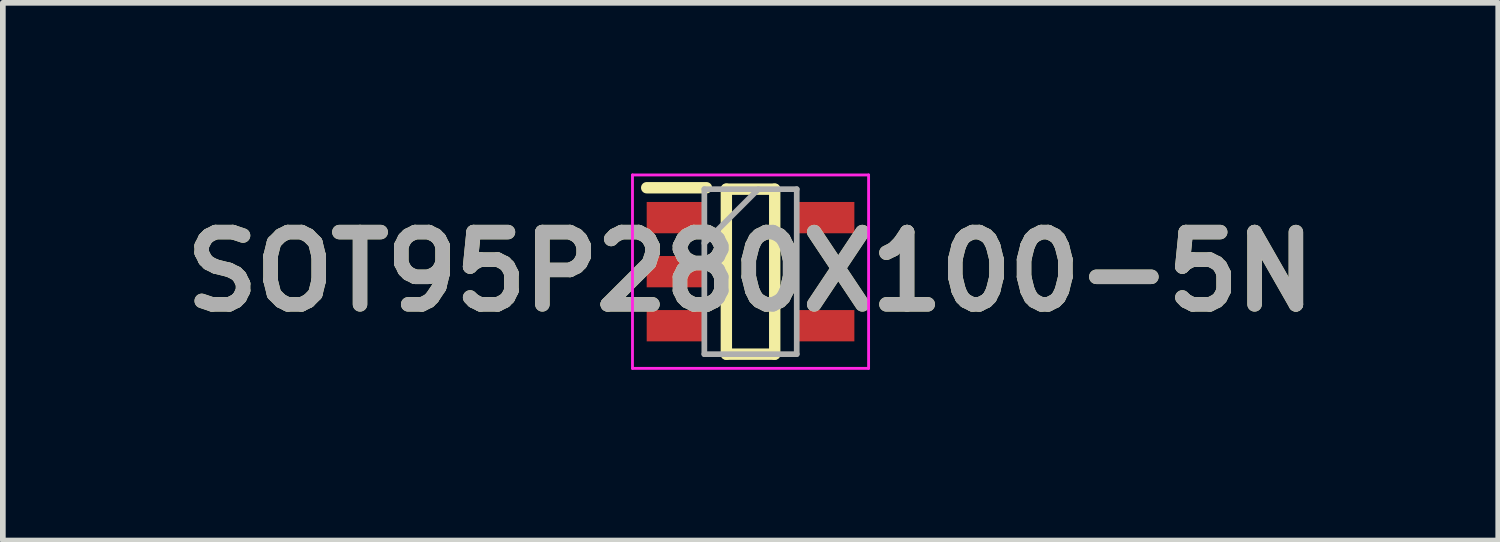
<source format=kicad_pcb>
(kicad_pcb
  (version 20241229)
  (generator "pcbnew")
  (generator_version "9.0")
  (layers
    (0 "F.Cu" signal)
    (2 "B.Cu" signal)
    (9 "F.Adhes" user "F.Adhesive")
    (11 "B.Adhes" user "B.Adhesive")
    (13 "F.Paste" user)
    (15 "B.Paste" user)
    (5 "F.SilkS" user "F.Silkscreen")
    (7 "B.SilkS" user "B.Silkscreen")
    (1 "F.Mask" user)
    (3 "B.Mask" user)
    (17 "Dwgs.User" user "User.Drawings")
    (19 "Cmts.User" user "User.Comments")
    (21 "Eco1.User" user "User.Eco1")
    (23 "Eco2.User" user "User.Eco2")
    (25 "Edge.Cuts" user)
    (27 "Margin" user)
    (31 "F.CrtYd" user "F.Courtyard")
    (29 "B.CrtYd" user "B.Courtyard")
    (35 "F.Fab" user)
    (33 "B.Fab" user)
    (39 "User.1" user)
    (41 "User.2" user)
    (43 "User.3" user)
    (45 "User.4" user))
  (footprint "SOT95P280X100-5N"
    (layer "F.Cu")
    (at 10.142 1.725)
    (property "Reference" "SOT95P280X100-5N" (at 0 0 0) (layer "F.SilkS") (effects (font (size 1.27 1.27) (thickness 0.254))))
    (attr smd)
    (fp_line (start -1.825 -1.475) (end -0.775 -1.475) (stroke (width 0.2) (type solid)) (layer "F.SilkS"))
    (fp_line (start -0.425 -1.45) (end 0.425 -1.45) (stroke (width 0.2) (type solid)) (layer "F.SilkS"))
    (fp_line (start -0.425 1.45) (end -0.425 -1.45) (stroke (width 0.2) (type solid)) (layer "F.SilkS"))
    (fp_line (start 0.425 -1.45) (end 0.425 1.45) (stroke (width 0.2) (type solid)) (layer "F.SilkS"))
    (fp_line (start 0.425 1.45) (end -0.425 1.45) (stroke (width 0.2) (type solid)) (layer "F.SilkS"))
    (fp_line (start -2.075 -1.7) (end 2.075 -1.7) (stroke (width 0.05) (type solid)) (layer "F.CrtYd"))
    (fp_line (start -2.075 1.7) (end -2.075 -1.7) (stroke (width 0.05) (type solid)) (layer "F.CrtYd"))
    (fp_line (start 2.075 -1.7) (end 2.075 1.7) (stroke (width 0.05) (type solid)) (layer "F.CrtYd"))
    (fp_line (start 2.075 1.7) (end -2.075 1.7) (stroke (width 0.05) (type solid)) (layer "F.CrtYd"))
    (fp_line (start -0.812 -1.45) (end 0.812 -1.45) (stroke (width 0.1) (type solid)) (layer "F.Fab"))
    (fp_line (start -0.812 -0.5) (end 0.138 -1.45) (stroke (width 0.1) (type solid)) (layer "F.Fab"))
    (fp_line (start -0.812 1.45) (end -0.812 -1.45) (stroke (width 0.1) (type solid)) (layer "F.Fab"))
    (fp_line (start 0.812 -1.45) (end 0.812 1.45) (stroke (width 0.1) (type solid)) (layer "F.Fab"))
    (fp_line (start 0.812 1.45) (end -0.812 1.45) (stroke (width 0.1) (type solid)) (layer "F.Fab"))
    (fp_text user "${REFERENCE}" (at 0 0 0) (layer "F.Fab") (effects (font (size 1.27 1.27) (thickness 0.254))))
    (pad "1" smd rect (at -1.3 -0.95 90) (size 0.55 1.05) (layers "F.Cu" "F.Mask" "F.Paste"))
    (pad "2" smd rect (at -1.3 0 90) (size 0.55 1.05) (layers "F.Cu" "F.Mask" "F.Paste"))
    (pad "3" smd rect (at -1.3 0.95 90) (size 0.55 1.05) (layers "F.Cu" "F.Mask" "F.Paste"))
    (pad "4" smd rect (at 1.3 0.95 90) (size 0.55 1.05) (layers "F.Cu" "F.Mask" "F.Paste"))
    (pad "5" smd rect (at 1.3 -0.95 90) (size 0.55 1.05) (layers "F.Cu" "F.Mask" "F.Paste")))
  (gr_rect
    (start -3 -3)
    (end 23.284 6.45)
    (stroke (width 0.1) (type default))
    (fill no)
    (layer "Edge.Cuts")))
</source>
